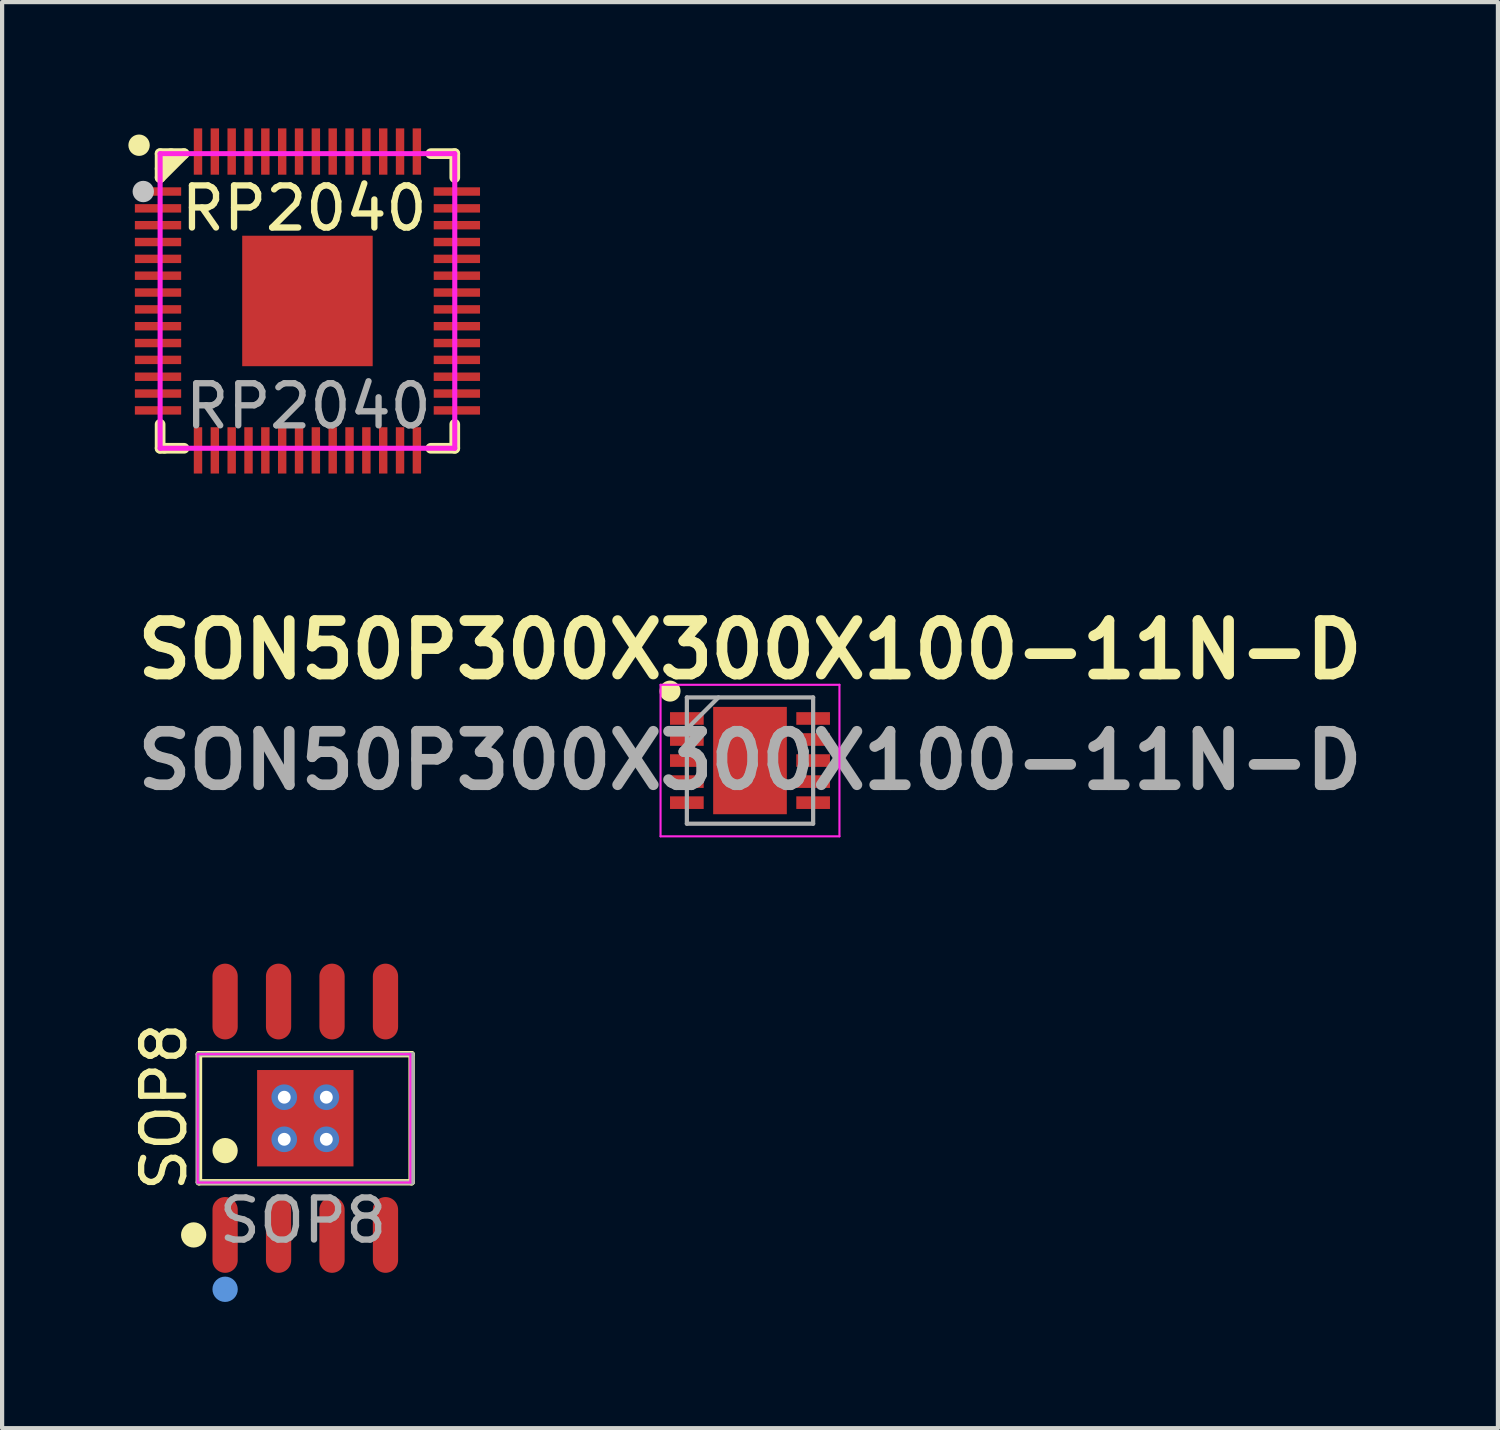
<source format=kicad_pcb>
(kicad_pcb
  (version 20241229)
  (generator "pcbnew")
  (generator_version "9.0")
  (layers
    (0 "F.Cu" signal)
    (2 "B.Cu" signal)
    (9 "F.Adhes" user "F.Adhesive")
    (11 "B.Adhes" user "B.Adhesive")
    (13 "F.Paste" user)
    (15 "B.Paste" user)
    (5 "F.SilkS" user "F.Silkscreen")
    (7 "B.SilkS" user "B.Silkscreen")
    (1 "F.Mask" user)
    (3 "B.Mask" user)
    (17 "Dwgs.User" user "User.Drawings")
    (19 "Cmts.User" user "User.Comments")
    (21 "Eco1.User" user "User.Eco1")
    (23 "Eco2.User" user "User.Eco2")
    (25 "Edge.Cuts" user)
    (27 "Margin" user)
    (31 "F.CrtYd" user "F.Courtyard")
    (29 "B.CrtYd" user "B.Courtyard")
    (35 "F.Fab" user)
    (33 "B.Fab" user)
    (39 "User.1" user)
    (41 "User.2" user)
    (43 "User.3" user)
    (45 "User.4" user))
  (footprint "SOP8"
    (layer "F.Cu")
    (at 4.148 23.444)
    (property "Reference" "SOP8" (at -3.3 -0.2 90) (unlocked yes) (layer "F.SilkS") (effects (font (size 1 1) (thickness 0.15))))
    (attr smd)
    (fp_line (start -2.471 -1.449) (end 2.581 -1.449) (stroke (width 0.152) (type solid)) (layer "F.SilkS"))
    (fp_line (start -2.471 1.594) (end -2.471 -1.449) (stroke (width 0.152) (type solid)) (layer "F.SilkS"))
    (fp_line (start 2.581 -1.449) (end 2.581 1.594) (stroke (width 0.152) (type solid)) (layer "F.SilkS"))
    (fp_line (start 2.581 1.594) (end -2.471 1.594) (stroke (width 0.152) (type solid)) (layer "F.SilkS"))
    (fp_circle (center -2.597 2.845) (end -2.597 2.995) (stroke (width 0.3) (type solid)) (fill no) (layer "F.SilkS"))
    (fp_circle (center -1.85 0.842) (end -1.85 0.992) (stroke (width 0.3) (type solid)) (fill no) (layer "F.SilkS"))
    (fp_circle (center -1.85 4.136) (end -1.85 4.287) (stroke (width 0.3) (type solid)) (fill no) (layer "Cmts.User"))
    (fp_line (start -2.5 -1.45) (end 2.55 -1.45) (stroke (width 0.05) (type solid)) (layer "F.CrtYd"))
    (fp_line (start -2.5 1.6) (end -2.5 -1.45) (stroke (width 0.05) (type solid)) (layer "F.CrtYd"))
    (fp_line (start 2.55 -1.45) (end 2.55 1.6) (stroke (width 0.05) (type solid)) (layer "F.CrtYd"))
    (fp_line (start 2.55 1.6) (end -2.5 1.6) (stroke (width 0.05) (type solid)) (layer "F.CrtYd"))
    (fp_line (start -2.5 -1.45) (end -2.45 -1.45) (stroke (width 0.1) (type solid)) (layer "F.Fab"))
    (fp_line (start -2.5 1.6) (end -2.5 -1.45) (stroke (width 0.1) (type solid)) (layer "F.Fab"))
    (fp_line (start -2.45 -1.45) (end 2.55 -1.45) (stroke (width 0.1) (type solid)) (layer "F.Fab"))
    (fp_line (start 2.55 -1.45) (end 2.6 -1.45) (stroke (width 0.1) (type solid)) (layer "F.Fab"))
    (fp_line (start 2.6 -1.45) (end 2.6 1.55) (stroke (width 0.1) (type solid)) (layer "F.Fab"))
    (fp_line (start 2.6 1.55) (end 2.6 1.6) (stroke (width 0.1) (type solid)) (layer "F.Fab"))
    (fp_line (start 2.6 1.6) (end -2.5 1.6) (stroke (width 0.1) (type solid)) (layer "F.Fab"))
    (fp_text user "${REFERENCE}" (at 0 2.5 0) (unlocked yes) (layer "F.Fab") (effects (font (size 1 1) (thickness 0.15))))
    (pad "1" smd oval (at -1.85 2.845) (size 0.6 1.8) (layers "F.Cu" "F.Mask" "F.Paste"))
    (pad "2" smd oval (at -0.58 2.845) (size 0.6 1.8) (layers "F.Cu" "F.Mask" "F.Paste"))
    (pad "3" smd oval (at 0.69 2.845) (size 0.6 1.8) (layers "F.Cu" "F.Mask" "F.Paste"))
    (pad "4" smd oval (at 1.96 2.845) (size 0.6 1.8) (layers "F.Cu" "F.Mask" "F.Paste"))
    (pad "5" smd oval (at 1.96 -2.7) (size 0.6 1.8) (layers "F.Cu" "F.Mask" "F.Paste"))
    (pad "6" smd oval (at 0.69 -2.7) (size 0.6 1.8) (layers "F.Cu" "F.Mask" "F.Paste"))
    (pad "7" smd oval (at -0.58 -2.7) (size 0.6 1.8) (layers "F.Cu" "F.Mask" "F.Paste"))
    (pad "8" smd oval (at -1.85 -2.7) (size 0.6 1.8) (layers "F.Cu" "F.Mask" "F.Paste"))
    (pad "9" thru_hole circle (at -0.445 -0.427) (size 0.61 0.61) (drill 0.305) (layers "*.Cu"))
    (pad "9" thru_hole circle (at -0.445 0.573) (size 0.61 0.61) (drill 0.305) (layers "*.Cu"))
    (pad "9" smd rect (at 0.055 0.072) (size 2.29 2.29) (layers "F.Cu" "F.Mask" "F.Paste"))
    (pad "9" thru_hole circle (at 0.555 -0.427) (size 0.61 0.61) (drill 0.305) (layers "*.Cu"))
    (pad "9" thru_hole circle (at 0.555 0.573) (size 0.61 0.61) (drill 0.305) (layers "*.Cu")))
  (footprint "RP2040"
    (layer "F.Cu")
    (at 4.277 4.1)
    (property "Reference" "RP2040" (at -0.1 -2.2 0) (unlocked yes) (layer "F.SilkS") (effects (font (size 1 1) (thickness 0.15))))
    (attr smd)
    (fp_line (start -3.523 -3.5) (end -2.954 -3.5) (stroke (width 0.254) (type solid)) (layer "F.SilkS"))
    (fp_line (start -3.523 -2.931) (end -3.523 -3.5) (stroke (width 0.254) (type solid)) (layer "F.SilkS"))
    (fp_line (start -3.523 -2.931) (end -2.954 -3.5) (stroke (width 0.254) (type solid)) (layer "F.SilkS"))
    (fp_line (start -3.523 3.5) (end -3.523 2.931) (stroke (width 0.254) (type solid)) (layer "F.SilkS"))
    (fp_line (start -3.423 3.5) (end -3.523 3.5) (stroke (width 0.254) (type solid)) (layer "F.SilkS"))
    (fp_line (start -3.264 -3.5) (end -3.264 -3.403) (stroke (width 0.254) (type solid)) (layer "F.SilkS"))
    (fp_line (start -3.264 -3.403) (end -3.523 -3.144) (stroke (width 0.254) (type solid)) (layer "F.SilkS"))
    (fp_line (start -2.954 3.5) (end -3.423 3.5) (stroke (width 0.254) (type solid)) (layer "F.SilkS"))
    (fp_line (start 2.908 -3.5) (end 3.477 -3.5) (stroke (width 0.254) (type solid)) (layer "F.SilkS"))
    (fp_line (start 3.477 -3.5) (end 3.477 -2.931) (stroke (width 0.254) (type solid)) (layer "F.SilkS"))
    (fp_line (start 3.477 2.931) (end 3.477 3.5) (stroke (width 0.254) (type solid)) (layer "F.SilkS"))
    (fp_line (start 3.477 3.5) (end 2.908 3.5) (stroke (width 0.254) (type solid)) (layer "F.SilkS"))
    (fp_circle (center -4.023 -3.7) (end -3.896 -3.7) (stroke (width 0.254) (type solid)) (fill no) (layer "F.SilkS"))
    (fp_circle (center -3.923 -2.6) (end -3.796 -2.6) (stroke (width 0.254) (type solid)) (fill no) (layer "Dwgs.User"))
    (fp_circle (center -3.523 -3.5) (end -3.493 -3.5) (stroke (width 0.06) (type solid)) (fill no) (layer "Eco2.User"))
    (fp_line (start -3.523 -3.5) (end 3.477 -3.5) (stroke (width 0.12) (type solid)) (layer "F.CrtYd"))
    (fp_line (start -3.523 3.5) (end -3.523 -3.5) (stroke (width 0.12) (type solid)) (layer "F.CrtYd"))
    (fp_line (start 3.477 -3.5) (end 3.477 3.5) (stroke (width 0.12) (type solid)) (layer "F.CrtYd"))
    (fp_line (start 3.477 3.5) (end -3.523 3.5) (stroke (width 0.12) (type solid)) (layer "F.CrtYd"))
    (fp_text user "${REFERENCE}" (at 0 2.5 0) (unlocked yes) (layer "F.Fab") (effects (font (size 1 1) (thickness 0.15))))
    (pad "1" smd rect (at -3.573 -2.6) (size 1.1 0.2) (layers "F.Cu" "F.Mask" "F.Paste"))
    (pad "2" smd rect (at -3.573 -2.2) (size 1.1 0.2) (layers "F.Cu" "F.Mask" "F.Paste"))
    (pad "3" smd rect (at -3.573 -1.8) (size 1.1 0.2) (layers "F.Cu" "F.Mask" "F.Paste"))
    (pad "4" smd rect (at -3.573 -1.4) (size 1.1 0.2) (layers "F.Cu" "F.Mask" "F.Paste"))
    (pad "5" smd rect (at -3.573 -1) (size 1.1 0.2) (layers "F.Cu" "F.Mask" "F.Paste"))
    (pad "6" smd rect (at -3.573 -0.6) (size 1.1 0.2) (layers "F.Cu" "F.Mask" "F.Paste"))
    (pad "7" smd rect (at -3.573 -0.2) (size 1.1 0.2) (layers "F.Cu" "F.Mask" "F.Paste"))
    (pad "8" smd rect (at -3.573 0.2) (size 1.1 0.2) (layers "F.Cu" "F.Mask" "F.Paste"))
    (pad "9" smd rect (at -3.573 0.6) (size 1.1 0.2) (layers "F.Cu" "F.Mask" "F.Paste"))
    (pad "10" smd rect (at -3.573 1) (size 1.1 0.2) (layers "F.Cu" "F.Mask" "F.Paste"))
    (pad "11" smd rect (at -3.573 1.4) (size 1.1 0.2) (layers "F.Cu" "F.Mask" "F.Paste"))
    (pad "12" smd rect (at -3.573 1.8) (size 1.1 0.2) (layers "F.Cu" "F.Mask" "F.Paste"))
    (pad "13" smd rect (at -3.573 2.2) (size 1.1 0.2) (layers "F.Cu" "F.Mask" "F.Paste"))
    (pad "14" smd rect (at -3.573 2.6) (size 1.1 0.2) (layers "F.Cu" "F.Mask" "F.Paste"))
    (pad "15" smd rect (at -2.623 3.55 90) (size 1.1 0.2) (layers "F.Cu" "F.Mask" "F.Paste"))
    (pad "16" smd rect (at -2.223 3.55 90) (size 1.1 0.2) (layers "F.Cu" "F.Mask" "F.Paste"))
    (pad "17" smd rect (at -1.823 3.55 90) (size 1.1 0.2) (layers "F.Cu" "F.Mask" "F.Paste"))
    (pad "18" smd rect (at -1.423 3.55 90) (size 1.1 0.2) (layers "F.Cu" "F.Mask" "F.Paste"))
    (pad "19" smd rect (at -1.023 3.55 90) (size 1.1 0.2) (layers "F.Cu" "F.Mask" "F.Paste"))
    (pad "20" smd rect (at -0.623 3.55 90) (size 1.1 0.2) (layers "F.Cu" "F.Mask" "F.Paste"))
    (pad "21" smd rect (at -0.223 3.55 90) (size 1.1 0.2) (layers "F.Cu" "F.Mask" "F.Paste"))
    (pad "22" smd rect (at 0.177 3.55 90) (size 1.1 0.2) (layers "F.Cu" "F.Mask" "F.Paste"))
    (pad "23" smd rect (at 0.577 3.55 90) (size 1.1 0.2) (layers "F.Cu" "F.Mask" "F.Paste"))
    (pad "24" smd rect (at 0.977 3.55 90) (size 1.1 0.2) (layers "F.Cu" "F.Mask" "F.Paste"))
    (pad "25" smd rect (at 1.377 3.55 90) (size 1.1 0.2) (layers "F.Cu" "F.Mask" "F.Paste"))
    (pad "26" smd rect (at 1.777 3.55 90) (size 1.1 0.2) (layers "F.Cu" "F.Mask" "F.Paste"))
    (pad "27" smd rect (at 2.177 3.55 90) (size 1.1 0.2) (layers "F.Cu" "F.Mask" "F.Paste"))
    (pad "28" smd rect (at 2.577 3.55 90) (size 1.1 0.2) (layers "F.Cu" "F.Mask" "F.Paste"))
    (pad "29" smd rect (at 3.527 2.6 180) (size 1.1 0.2) (layers "F.Cu" "F.Mask" "F.Paste"))
    (pad "30" smd rect (at 3.527 2.2 180) (size 1.1 0.2) (layers "F.Cu" "F.Mask" "F.Paste"))
    (pad "31" smd rect (at 3.527 1.8 180) (size 1.1 0.2) (layers "F.Cu" "F.Mask" "F.Paste"))
    (pad "32" smd rect (at 3.527 1.4 180) (size 1.1 0.2) (layers "F.Cu" "F.Mask" "F.Paste"))
    (pad "33" smd rect (at 3.527 1 180) (size 1.1 0.2) (layers "F.Cu" "F.Mask" "F.Paste"))
    (pad "34" smd rect (at 3.527 0.6 180) (size 1.1 0.2) (layers "F.Cu" "F.Mask" "F.Paste"))
    (pad "35" smd rect (at 3.527 0.2 180) (size 1.1 0.2) (layers "F.Cu" "F.Mask" "F.Paste"))
    (pad "36" smd rect (at 3.527 -0.2 180) (size 1.1 0.2) (layers "F.Cu" "F.Mask" "F.Paste"))
    (pad "37" smd rect (at 3.527 -0.6 180) (size 1.1 0.2) (layers "F.Cu" "F.Mask" "F.Paste"))
    (pad "38" smd rect (at 3.527 -1 180) (size 1.1 0.2) (layers "F.Cu" "F.Mask" "F.Paste"))
    (pad "39" smd rect (at 3.527 -1.4 180) (size 1.1 0.2) (layers "F.Cu" "F.Mask" "F.Paste"))
    (pad "40" smd rect (at 3.527 -1.8 180) (size 1.1 0.2) (layers "F.Cu" "F.Mask" "F.Paste"))
    (pad "41" smd rect (at 3.527 -2.2 180) (size 1.1 0.2) (layers "F.Cu" "F.Mask" "F.Paste"))
    (pad "42" smd rect (at 3.527 -2.6 180) (size 1.1 0.2) (layers "F.Cu" "F.Mask" "F.Paste"))
    (pad "43" smd rect (at 2.577 -3.55 270) (size 1.1 0.2) (layers "F.Cu" "F.Mask" "F.Paste"))
    (pad "44" smd rect (at 2.177 -3.55 270) (size 1.1 0.2) (layers "F.Cu" "F.Mask" "F.Paste"))
    (pad "45" smd rect (at 1.777 -3.55 270) (size 1.1 0.2) (layers "F.Cu" "F.Mask" "F.Paste"))
    (pad "46" smd rect (at 1.377 -3.55 270) (size 1.1 0.2) (layers "F.Cu" "F.Mask" "F.Paste"))
    (pad "47" smd rect (at 0.977 -3.55 270) (size 1.1 0.2) (layers "F.Cu" "F.Mask" "F.Paste"))
    (pad "48" smd rect (at 0.577 -3.55 270) (size 1.1 0.2) (layers "F.Cu" "F.Mask" "F.Paste"))
    (pad "49" smd rect (at 0.177 -3.55 270) (size 1.1 0.2) (layers "F.Cu" "F.Mask" "F.Paste"))
    (pad "50" smd rect (at -0.223 -3.55 270) (size 1.1 0.2) (layers "F.Cu" "F.Mask" "F.Paste"))
    (pad "51" smd rect (at -0.623 -3.55 270) (size 1.1 0.2) (layers "F.Cu" "F.Mask" "F.Paste"))
    (pad "52" smd rect (at -1.023 -3.55 270) (size 1.1 0.2) (layers "F.Cu" "F.Mask" "F.Paste"))
    (pad "53" smd rect (at -1.423 -3.55 270) (size 1.1 0.2) (layers "F.Cu" "F.Mask" "F.Paste"))
    (pad "54" smd rect (at -1.823 -3.55 270) (size 1.1 0.2) (layers "F.Cu" "F.Mask" "F.Paste"))
    (pad "55" smd rect (at -2.223 -3.55 270) (size 1.1 0.2) (layers "F.Cu" "F.Mask" "F.Paste"))
    (pad "56" smd rect (at -2.623 -3.55 270) (size 1.1 0.2) (layers "F.Cu" "F.Mask" "F.Paste"))
    (pad "57" smd rect (at -0.023 0) (size 3.1 3.1) (layers "F.Cu" "F.Mask" "F.Paste")))
  (footprint "SON50P300X300X100-11N-D"
    (layer "F.Cu")
    (at 14.768 15.019)
    (property "Reference" "SON50P300X300X100-11N-D" (at 0 -2.63 0) (layer "F.SilkS") (effects (font (size 1.27 1.27) (thickness 0.254))))
    (attr smd)
    (fp_circle (center -1.9 -1.65) (end -1.9 -1.525) (stroke (width 0.25) (type solid)) (fill no) (layer "F.SilkS"))
    (fp_line (start -2.125 -1.8) (end 2.125 -1.8) (stroke (width 0.05) (type solid)) (layer "F.CrtYd"))
    (fp_line (start -2.125 1.8) (end -2.125 -1.8) (stroke (width 0.05) (type solid)) (layer "F.CrtYd"))
    (fp_line (start 2.125 -1.8) (end 2.125 1.8) (stroke (width 0.05) (type solid)) (layer "F.CrtYd"))
    (fp_line (start 2.125 1.8) (end -2.125 1.8) (stroke (width 0.05) (type solid)) (layer "F.CrtYd"))
    (fp_line (start -1.5 -1.5) (end 1.5 -1.5) (stroke (width 0.1) (type solid)) (layer "F.Fab"))
    (fp_line (start -1.5 -0.75) (end -0.75 -1.5) (stroke (width 0.1) (type solid)) (layer "F.Fab"))
    (fp_line (start -1.5 1.5) (end -1.5 -1.5) (stroke (width 0.1) (type solid)) (layer "F.Fab"))
    (fp_line (start 1.5 -1.5) (end 1.5 1.5) (stroke (width 0.1) (type solid)) (layer "F.Fab"))
    (fp_line (start 1.5 1.5) (end -1.5 1.5) (stroke (width 0.1) (type solid)) (layer "F.Fab"))
    (fp_text user "${REFERENCE}" (at 0 0 0) (layer "F.Fab") (effects (font (size 1.27 1.27) (thickness 0.254))))
    (pad "1" smd rect (at -1.5 -1 90) (size 0.3 0.8) (layers "F.Cu" "F.Mask" "F.Paste"))
    (pad "2" smd rect (at -1.5 -0.5 90) (size 0.3 0.8) (layers "F.Cu" "F.Mask" "F.Paste"))
    (pad "3" smd rect (at -1.5 0 90) (size 0.3 0.8) (layers "F.Cu" "F.Mask" "F.Paste"))
    (pad "4" smd rect (at -1.5 0.5 90) (size 0.3 0.8) (layers "F.Cu" "F.Mask" "F.Paste"))
    (pad "5" smd rect (at -1.5 1 90) (size 0.3 0.8) (layers "F.Cu" "F.Mask" "F.Paste"))
    (pad "6" smd rect (at 1.5 1 90) (size 0.3 0.8) (layers "F.Cu" "F.Mask" "F.Paste"))
    (pad "7" smd rect (at 1.5 0.5 90) (size 0.3 0.8) (layers "F.Cu" "F.Mask" "F.Paste"))
    (pad "8" smd rect (at 1.5 0 90) (size 0.3 0.8) (layers "F.Cu" "F.Mask" "F.Paste"))
    (pad "9" smd rect (at 1.5 -0.5 90) (size 0.3 0.8) (layers "F.Cu" "F.Mask" "F.Paste"))
    (pad "10" smd rect (at 1.5 -1 90) (size 0.3 0.8) (layers "F.Cu" "F.Mask" "F.Paste"))
    (pad "11" smd rect (at 0 0) (size 1.75 2.55) (layers "F.Cu" "F.Mask" "F.Paste")))
  (gr_rect
    (start -3 -3)
    (end 32.537 30.88)
    (stroke (width 0.1) (type default))
    (fill no)
    (layer "Edge.Cuts")))
</source>
